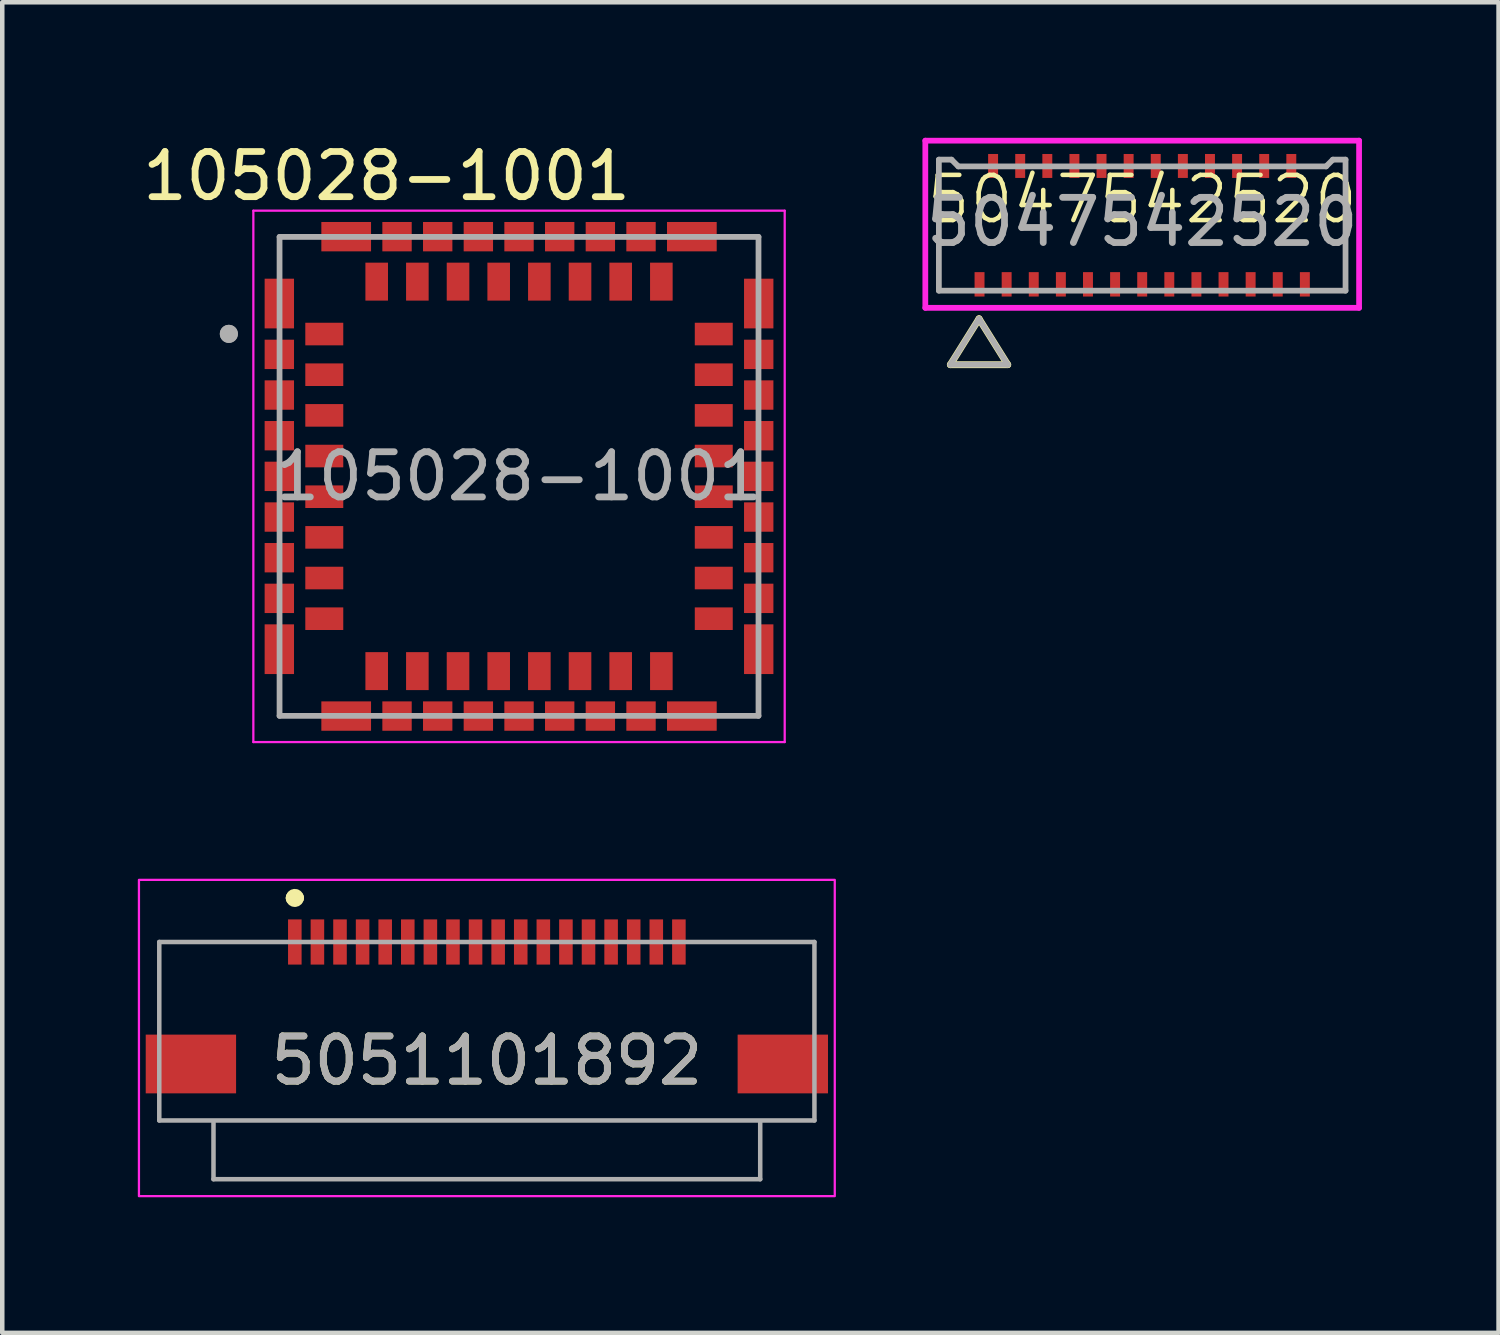
<source format=kicad_pcb>
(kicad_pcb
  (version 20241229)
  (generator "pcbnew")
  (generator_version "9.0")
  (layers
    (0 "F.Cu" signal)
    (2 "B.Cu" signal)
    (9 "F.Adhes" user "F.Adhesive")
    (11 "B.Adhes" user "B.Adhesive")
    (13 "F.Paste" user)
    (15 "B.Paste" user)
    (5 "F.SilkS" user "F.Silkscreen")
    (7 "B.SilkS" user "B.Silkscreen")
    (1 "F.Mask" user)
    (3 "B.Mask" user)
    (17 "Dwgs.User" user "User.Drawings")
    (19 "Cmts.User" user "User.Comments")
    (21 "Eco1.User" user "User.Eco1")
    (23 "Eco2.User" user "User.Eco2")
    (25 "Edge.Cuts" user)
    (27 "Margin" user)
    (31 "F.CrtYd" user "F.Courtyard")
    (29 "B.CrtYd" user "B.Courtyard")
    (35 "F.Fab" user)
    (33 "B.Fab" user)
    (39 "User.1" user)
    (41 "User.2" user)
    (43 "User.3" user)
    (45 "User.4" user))
  (footprint "5051101892"
    (layer "F.Cu")
    (at 7.725 20.423)
    (property "Reference" "5051101892" (at 0 0 0) (layer "F.SilkS") (effects (font (size 1 1) (thickness 0.15))))
    (attr smd)
    (fp_line (start -4.3 -3.6) (end -4.3 -3.6) (stroke (width 0.3) (type solid)) (layer "F.SilkS"))
    (fp_line (start -4.2 -3.6) (end -4.2 -3.6) (stroke (width 0.3) (type solid)) (layer "F.SilkS"))
    (fp_arc (start -4.3 -3.6) (mid -4.25 -3.65) (end -4.2 -3.6) (stroke (width 0.3) (type solid)) (layer "F.SilkS"))
    (fp_arc (start -4.2 -3.6) (mid -4.25 -3.55) (end -4.3 -3.6) (stroke (width 0.3) (type solid)) (layer "F.SilkS"))
    (fp_rect (start -7.7 -4) (end 7.7 3) (stroke (width 0.05) (type solid)) (fill no) (layer "F.CrtYd"))
    (fp_line (start -7.25 -2.625) (end 7.25 -2.625) (stroke (width 0.1) (type solid)) (layer "F.Fab"))
    (fp_line (start -7.25 1.325) (end -7.25 -2.625) (stroke (width 0.1) (type solid)) (layer "F.Fab"))
    (fp_line (start -6.05 1.375) (end -6.05 2.625) (stroke (width 0.1) (type solid)) (layer "F.Fab"))
    (fp_line (start -6.05 2.625) (end 6.05 2.625) (stroke (width 0.1) (type solid)) (layer "F.Fab"))
    (fp_line (start 6.05 2.625) (end 6.05 1.375) (stroke (width 0.1) (type solid)) (layer "F.Fab"))
    (fp_line (start 7.25 -2.625) (end 7.25 1.325) (stroke (width 0.1) (type solid)) (layer "F.Fab"))
    (fp_line (start 7.25 1.325) (end -7.25 1.325) (stroke (width 0.1) (type solid)) (layer "F.Fab"))
    (fp_text user "${REFERENCE}" (at 0 0 0) (layer "F.Fab") (effects (font (size 1 1) (thickness 0.15))))
    (pad "1" smd rect (at -4.25 -2.625) (size 0.3 1) (layers "F.Cu" "F.Mask" "F.Paste"))
    (pad "2" smd rect (at -3.75 -2.625) (size 0.3 1) (layers "F.Cu" "F.Mask" "F.Paste"))
    (pad "3" smd rect (at -3.25 -2.625) (size 0.3 1) (layers "F.Cu" "F.Mask" "F.Paste"))
    (pad "4" smd rect (at -2.75 -2.625) (size 0.3 1) (layers "F.Cu" "F.Mask" "F.Paste"))
    (pad "5" smd rect (at -2.25 -2.625) (size 0.3 1) (layers "F.Cu" "F.Mask" "F.Paste"))
    (pad "6" smd rect (at -1.75 -2.625) (size 0.3 1) (layers "F.Cu" "F.Mask" "F.Paste"))
    (pad "7" smd rect (at -1.25 -2.625) (size 0.3 1) (layers "F.Cu" "F.Mask" "F.Paste"))
    (pad "8" smd rect (at -0.75 -2.625) (size 0.3 1) (layers "F.Cu" "F.Mask" "F.Paste"))
    (pad "9" smd rect (at -0.25 -2.625) (size 0.3 1) (layers "F.Cu" "F.Mask" "F.Paste"))
    (pad "10" smd rect (at 0.25 -2.625) (size 0.3 1) (layers "F.Cu" "F.Mask" "F.Paste"))
    (pad "11" smd rect (at 0.75 -2.625) (size 0.3 1) (layers "F.Cu" "F.Mask" "F.Paste"))
    (pad "12" smd rect (at 1.25 -2.625) (size 0.3 1) (layers "F.Cu" "F.Mask" "F.Paste"))
    (pad "13" smd rect (at 1.75 -2.625) (size 0.3 1) (layers "F.Cu" "F.Mask" "F.Paste"))
    (pad "14" smd rect (at 2.25 -2.625) (size 0.3 1) (layers "F.Cu" "F.Mask" "F.Paste"))
    (pad "15" smd rect (at 2.75 -2.625) (size 0.3 1) (layers "F.Cu" "F.Mask" "F.Paste"))
    (pad "16" smd rect (at 3.25 -2.625) (size 0.3 1) (layers "F.Cu" "F.Mask" "F.Paste"))
    (pad "17" smd rect (at 3.75 -2.625) (size 0.3 1) (layers "F.Cu" "F.Mask" "F.Paste"))
    (pad "18" smd rect (at 4.25 -2.625) (size 0.3 1) (layers "F.Cu" "F.Mask" "F.Paste"))
    (pad "MP" smd rect (at -6.55 0.075 90) (size 1.3 2) (layers "F.Cu" "F.Mask" "F.Paste"))
    (pad "MP" smd rect (at 6.55 0.075 90) (size 1.3 2) (layers "F.Cu" "F.Mask" "F.Paste")))
  (footprint "5047542520"
    (layer "F.Cu")
    (at 22.229 1.863)
    (property "Reference" "5047542520" (at 0 -0.5 0) (unlocked yes) (layer "F.SilkS") (effects (font (size 1 1) (thickness 0.1))))
    (attr smd)
    (fp_line (start -4.246 3.158) (end -3.611 2.142) (stroke (width 0.152) (type solid)) (layer "F.SilkS"))
    (fp_line (start -2.976 3.158) (end -4.246 3.158) (stroke (width 0.152) (type solid)) (layer "F.SilkS"))
    (fp_line (start -2.976 3.158) (end -3.611 2.142) (stroke (width 0.152) (type solid)) (layer "F.SilkS"))
    (fp_line (start -4.8 -1.8) (end -4.8 1.9) (stroke (width 0.127) (type solid)) (layer "F.CrtYd"))
    (fp_line (start -4.8 1.9) (end 4.8 1.9) (stroke (width 0.127) (type solid)) (layer "F.CrtYd"))
    (fp_line (start 4.8 -1.8) (end -4.8 -1.8) (stroke (width 0.127) (type solid)) (layer "F.CrtYd"))
    (fp_line (start 4.8 1.9) (end 4.8 -1.8) (stroke (width 0.127) (type solid)) (layer "F.CrtYd"))
    (fp_line (start -4.5 -1.38) (end -4.22 -1.38) (stroke (width 0.127) (type solid)) (layer "F.Fab"))
    (fp_line (start -4.5 1.52) (end -4.5 -1.38) (stroke (width 0.127) (type solid)) (layer "F.Fab"))
    (fp_line (start -4.5 1.52) (end 4.5 1.52) (stroke (width 0.127) (type solid)) (layer "F.Fab"))
    (fp_line (start -4.246 3.158) (end -3.611 2.142) (stroke (width 0.127) (type solid)) (layer "F.Fab"))
    (fp_line (start -4.22 -1.38) (end -4.07 -1.23) (stroke (width 0.127) (type solid)) (layer "F.Fab"))
    (fp_line (start -4.07 -1.23) (end 4.07 -1.23) (stroke (width 0.127) (type solid)) (layer "F.Fab"))
    (fp_line (start -2.976 3.158) (end -4.246 3.158) (stroke (width 0.127) (type solid)) (layer "F.Fab"))
    (fp_line (start -2.976 3.158) (end -3.611 2.142) (stroke (width 0.127) (type solid)) (layer "F.Fab"))
    (fp_line (start 4.07 -1.23) (end 4.22 -1.38) (stroke (width 0.127) (type solid)) (layer "F.Fab"))
    (fp_line (start 4.22 -1.38) (end 4.5 -1.38) (stroke (width 0.127) (type solid)) (layer "F.Fab"))
    (fp_line (start 4.5 -1.38) (end 4.5 1.52) (stroke (width 0.127) (type solid)) (layer "F.Fab"))
    (fp_text user "${REFERENCE}" (at 0 0 0) (unlocked yes) (layer "F.Fab") (effects (font (size 1 1) (thickness 0.15))))
    (pad "1" smd rect (at -3.6 1.38) (size 0.22 0.54) (layers "F.Cu" "F.Mask" "F.Paste"))
    (pad "2" smd rect (at -3.3 -1.24) (size 0.22 0.53) (layers "F.Cu" "F.Mask" "F.Paste"))
    (pad "3" smd rect (at -3 1.38) (size 0.22 0.54) (layers "F.Cu" "F.Mask" "F.Paste"))
    (pad "4" smd rect (at -2.7 -1.24) (size 0.22 0.53) (layers "F.Cu" "F.Mask" "F.Paste"))
    (pad "5" smd rect (at -2.4 1.38) (size 0.22 0.54) (layers "F.Cu" "F.Mask" "F.Paste"))
    (pad "6" smd rect (at -2.1 -1.24) (size 0.22 0.53) (layers "F.Cu" "F.Mask" "F.Paste"))
    (pad "7" smd rect (at -1.8 1.38) (size 0.22 0.54) (layers "F.Cu" "F.Mask" "F.Paste"))
    (pad "8" smd rect (at -1.5 -1.24) (size 0.22 0.53) (layers "F.Cu" "F.Mask" "F.Paste"))
    (pad "9" smd rect (at -1.2 1.38) (size 0.22 0.54) (layers "F.Cu" "F.Mask" "F.Paste"))
    (pad "10" smd rect (at -0.9 -1.24) (size 0.22 0.53) (layers "F.Cu" "F.Mask" "F.Paste"))
    (pad "11" smd rect (at -0.6 1.38) (size 0.22 0.54) (layers "F.Cu" "F.Mask" "F.Paste"))
    (pad "12" smd rect (at -0.3 -1.24) (size 0.22 0.53) (layers "F.Cu" "F.Mask" "F.Paste"))
    (pad "13" smd rect (at 0 1.38) (size 0.22 0.54) (layers "F.Cu" "F.Mask" "F.Paste"))
    (pad "14" smd rect (at 0.3 -1.24) (size 0.22 0.53) (layers "F.Cu" "F.Mask" "F.Paste"))
    (pad "15" smd rect (at 0.6 1.38) (size 0.22 0.54) (layers "F.Cu" "F.Mask" "F.Paste"))
    (pad "16" smd rect (at 0.9 -1.24) (size 0.22 0.53) (layers "F.Cu" "F.Mask" "F.Paste"))
    (pad "17" smd rect (at 1.2 1.38) (size 0.22 0.54) (layers "F.Cu" "F.Mask" "F.Paste"))
    (pad "18" smd rect (at 1.5 -1.24) (size 0.22 0.53) (layers "F.Cu" "F.Mask" "F.Paste"))
    (pad "19" smd rect (at 1.8 1.38) (size 0.22 0.54) (layers "F.Cu" "F.Mask" "F.Paste"))
    (pad "20" smd rect (at 2.1 -1.24) (size 0.22 0.53) (layers "F.Cu" "F.Mask" "F.Paste"))
    (pad "21" smd rect (at 2.4 1.38) (size 0.22 0.54) (layers "F.Cu" "F.Mask" "F.Paste"))
    (pad "22" smd rect (at 2.7 -1.24) (size 0.22 0.53) (layers "F.Cu" "F.Mask" "F.Paste"))
    (pad "23" smd rect (at 3 1.38) (size 0.22 0.54) (layers "F.Cu" "F.Mask" "F.Paste"))
    (pad "24" smd rect (at 3.3 -1.24) (size 0.22 0.53) (layers "F.Cu" "F.Mask" "F.Paste"))
    (pad "25" smd rect (at 3.6 1.38) (size 0.22 0.54) (layers "F.Cu" "F.Mask" "F.Paste")))
  (footprint "105028-1001"
    (layer "F.Cu")
    (at 8.437 7.493)
    (property "Reference" "105028-1001" (at -2.931 -6.645 0) (layer "F.SilkS") (effects (font (size 1 1) (thickness 0.15))))
    (attr smd)
    (fp_line (start -5.88 -5.88) (end -5.88 5.88) (stroke (width 0.05) (type solid)) (layer "F.CrtYd"))
    (fp_line (start -5.88 5.88) (end 5.88 5.88) (stroke (width 0.05) (type solid)) (layer "F.CrtYd"))
    (fp_line (start 5.88 -5.88) (end -5.88 -5.88) (stroke (width 0.05) (type solid)) (layer "F.CrtYd"))
    (fp_line (start 5.88 5.88) (end 5.88 -5.88) (stroke (width 0.05) (type solid)) (layer "F.CrtYd"))
    (fp_line (start -5.3 -5.3) (end 5.3 -5.3) (stroke (width 0.127) (type solid)) (layer "F.Fab"))
    (fp_line (start -5.3 5.3) (end -5.3 -5.3) (stroke (width 0.127) (type solid)) (layer "F.Fab"))
    (fp_line (start 5.3 -5.3) (end 5.3 5.3) (stroke (width 0.127) (type solid)) (layer "F.Fab"))
    (fp_line (start 5.3 5.3) (end -5.3 5.3) (stroke (width 0.127) (type solid)) (layer "F.Fab"))
    (fp_circle (center -6.422 -3.154) (end -6.322 -3.154) (stroke (width 0.2) (type solid)) (fill no) (layer "F.Fab"))
    (fp_circle (center -6.422 -3.154) (end -6.322 -3.154) (stroke (width 0.2) (type solid)) (fill no) (layer "F.Fab"))
    (fp_text user "${REFERENCE}" (at 0 0 0) (layer "F.Fab") (effects (font (size 1 1) (thickness 0.15))))
    (pad "1" smd rect (at -4.31 -3.15 90) (size 0.5 0.84) (layers "F.Cu" "F.Mask" "F.Paste"))
    (pad "2" smd rect (at -4.31 -2.25 90) (size 0.5 0.84) (layers "F.Cu" "F.Mask" "F.Paste"))
    (pad "3" smd rect (at -4.31 -1.35 90) (size 0.5 0.84) (layers "F.Cu" "F.Mask" "F.Paste"))
    (pad "4" smd rect (at -4.31 -0.45 90) (size 0.5 0.84) (layers "F.Cu" "F.Mask" "F.Paste"))
    (pad "5" smd rect (at -4.31 0.45 90) (size 0.5 0.84) (layers "F.Cu" "F.Mask" "F.Paste"))
    (pad "6" smd rect (at -4.31 1.35 90) (size 0.5 0.84) (layers "F.Cu" "F.Mask" "F.Paste"))
    (pad "7" smd rect (at -4.31 2.25 90) (size 0.5 0.84) (layers "F.Cu" "F.Mask" "F.Paste"))
    (pad "8" smd rect (at -4.31 3.15 90) (size 0.5 0.84) (layers "F.Cu" "F.Mask" "F.Paste"))
    (pad "9" smd rect (at -3.15 4.31 180) (size 0.5 0.84) (layers "F.Cu" "F.Mask" "F.Paste"))
    (pad "10" smd rect (at -2.25 4.31 180) (size 0.5 0.84) (layers "F.Cu" "F.Mask" "F.Paste"))
    (pad "11" smd rect (at -1.35 4.31 180) (size 0.5 0.84) (layers "F.Cu" "F.Mask" "F.Paste"))
    (pad "12" smd rect (at -0.45 4.31 180) (size 0.5 0.84) (layers "F.Cu" "F.Mask" "F.Paste"))
    (pad "13" smd rect (at 0.45 4.31 180) (size 0.5 0.84) (layers "F.Cu" "F.Mask" "F.Paste"))
    (pad "14" smd rect (at 1.35 4.31 180) (size 0.5 0.84) (layers "F.Cu" "F.Mask" "F.Paste"))
    (pad "15" smd rect (at 2.25 4.31 180) (size 0.5 0.84) (layers "F.Cu" "F.Mask" "F.Paste"))
    (pad "16" smd rect (at 3.15 4.31 180) (size 0.5 0.84) (layers "F.Cu" "F.Mask" "F.Paste"))
    (pad "17" smd rect (at 4.31 3.15 270) (size 0.5 0.84) (layers "F.Cu" "F.Mask" "F.Paste"))
    (pad "18" smd rect (at 4.31 2.25 270) (size 0.5 0.84) (layers "F.Cu" "F.Mask" "F.Paste"))
    (pad "19" smd rect (at 4.31 1.35 270) (size 0.5 0.84) (layers "F.Cu" "F.Mask" "F.Paste"))
    (pad "20" smd rect (at 4.31 0.45 270) (size 0.5 0.84) (layers "F.Cu" "F.Mask" "F.Paste"))
    (pad "21" smd rect (at 4.31 -0.45 270) (size 0.5 0.84) (layers "F.Cu" "F.Mask" "F.Paste"))
    (pad "22" smd rect (at 4.31 -1.35 270) (size 0.5 0.84) (layers "F.Cu" "F.Mask" "F.Paste"))
    (pad "23" smd rect (at 4.31 -2.25 270) (size 0.5 0.84) (layers "F.Cu" "F.Mask" "F.Paste"))
    (pad "24" smd rect (at 4.31 -3.15 270) (size 0.5 0.84) (layers "F.Cu" "F.Mask" "F.Paste"))
    (pad "25" smd rect (at 3.15 -4.31) (size 0.5 0.84) (layers "F.Cu" "F.Mask" "F.Paste"))
    (pad "26" smd rect (at 2.25 -4.31) (size 0.5 0.84) (layers "F.Cu" "F.Mask" "F.Paste"))
    (pad "27" smd rect (at 1.35 -4.31) (size 0.5 0.84) (layers "F.Cu" "F.Mask" "F.Paste"))
    (pad "28" smd rect (at 0.45 -4.31) (size 0.5 0.84) (layers "F.Cu" "F.Mask" "F.Paste"))
    (pad "29" smd rect (at -0.45 -4.31) (size 0.5 0.84) (layers "F.Cu" "F.Mask" "F.Paste"))
    (pad "30" smd rect (at -1.35 -4.31) (size 0.5 0.84) (layers "F.Cu" "F.Mask" "F.Paste"))
    (pad "31" smd rect (at -2.25 -4.31) (size 0.5 0.84) (layers "F.Cu" "F.Mask" "F.Paste"))
    (pad "32" smd rect (at -3.15 -4.31) (size 0.5 0.84) (layers "F.Cu" "F.Mask" "F.Paste"))
    (pad "P1" smd rect (at -5.305 -3.825 90) (size 1.1 0.65) (layers "F.Cu" "F.Mask" "F.Paste"))
    (pad "P2" smd rect (at -5.305 -2.7 90) (size 0.65 0.65) (layers "F.Cu" "F.Mask" "F.Paste"))
    (pad "P3" smd rect (at -5.305 -1.8 90) (size 0.65 0.65) (layers "F.Cu" "F.Mask" "F.Paste"))
    (pad "P4" smd rect (at -5.305 -0.9 90) (size 0.65 0.65) (layers "F.Cu" "F.Mask" "F.Paste"))
    (pad "P5" smd rect (at -5.305 0 90) (size 0.65 0.65) (layers "F.Cu" "F.Mask" "F.Paste"))
    (pad "P6" smd rect (at -5.305 0.9 90) (size 0.65 0.65) (layers "F.Cu" "F.Mask" "F.Paste"))
    (pad "P7" smd rect (at -5.305 1.8 90) (size 0.65 0.65) (layers "F.Cu" "F.Mask" "F.Paste"))
    (pad "P8" smd rect (at -5.305 2.7 90) (size 0.65 0.65) (layers "F.Cu" "F.Mask" "F.Paste"))
    (pad "P9" smd rect (at -5.305 3.825 270) (size 1.1 0.65) (layers "F.Cu" "F.Mask" "F.Paste"))
    (pad "P10" smd rect (at -3.825 5.305 180) (size 1.1 0.65) (layers "F.Cu" "F.Mask" "F.Paste"))
    (pad "P11" smd rect (at -2.7 5.305 180) (size 0.65 0.65) (layers "F.Cu" "F.Mask" "F.Paste"))
    (pad "P12" smd rect (at -1.8 5.305 180) (size 0.65 0.65) (layers "F.Cu" "F.Mask" "F.Paste"))
    (pad "P13" smd rect (at -0.9 5.305 180) (size 0.65 0.65) (layers "F.Cu" "F.Mask" "F.Paste"))
    (pad "P14" smd rect (at 0 5.305 180) (size 0.65 0.65) (layers "F.Cu" "F.Mask" "F.Paste"))
    (pad "P15" smd rect (at 0.9 5.305 180) (size 0.65 0.65) (layers "F.Cu" "F.Mask" "F.Paste"))
    (pad "P16" smd rect (at 1.8 5.305 180) (size 0.65 0.65) (layers "F.Cu" "F.Mask" "F.Paste"))
    (pad "P17" smd rect (at 2.7 5.305 180) (size 0.65 0.65) (layers "F.Cu" "F.Mask" "F.Paste"))
    (pad "P18" smd rect (at 3.825 5.305) (size 1.1 0.65) (layers "F.Cu" "F.Mask" "F.Paste"))
    (pad "P19" smd rect (at 5.305 3.825 270) (size 1.1 0.65) (layers "F.Cu" "F.Mask" "F.Paste"))
    (pad "P20" smd rect (at 5.305 2.7 270) (size 0.65 0.65) (layers "F.Cu" "F.Mask" "F.Paste"))
    (pad "P21" smd rect (at 5.305 1.8 270) (size 0.65 0.65) (layers "F.Cu" "F.Mask" "F.Paste"))
    (pad "P22" smd rect (at 5.305 0.9 270) (size 0.65 0.65) (layers "F.Cu" "F.Mask" "F.Paste"))
    (pad "P23" smd rect (at 5.305 0 270) (size 0.65 0.65) (layers "F.Cu" "F.Mask" "F.Paste"))
    (pad "P24" smd rect (at 5.305 -0.9 270) (size 0.65 0.65) (layers "F.Cu" "F.Mask" "F.Paste"))
    (pad "P25" smd rect (at 5.305 -1.8 270) (size 0.65 0.65) (layers "F.Cu" "F.Mask" "F.Paste"))
    (pad "P26" smd rect (at 5.305 -2.7 270) (size 0.65 0.65) (layers "F.Cu" "F.Mask" "F.Paste"))
    (pad "P27" smd rect (at 5.305 -3.825 90) (size 1.1 0.65) (layers "F.Cu" "F.Mask" "F.Paste"))
    (pad "P28" smd rect (at 3.825 -5.305) (size 1.1 0.65) (layers "F.Cu" "F.Mask" "F.Paste"))
    (pad "P29" smd rect (at 2.7 -5.305) (size 0.65 0.65) (layers "F.Cu" "F.Mask" "F.Paste"))
    (pad "P30" smd rect (at 1.8 -5.305) (size 0.65 0.65) (layers "F.Cu" "F.Mask" "F.Paste"))
    (pad "P31" smd rect (at 0.9 -5.305) (size 0.65 0.65) (layers "F.Cu" "F.Mask" "F.Paste"))
    (pad "P32" smd rect (at 0 -5.305) (size 0.65 0.65) (layers "F.Cu" "F.Mask" "F.Paste"))
    (pad "P33" smd rect (at -0.9 -5.305) (size 0.65 0.65) (layers "F.Cu" "F.Mask" "F.Paste"))
    (pad "P34" smd rect (at -1.8 -5.305) (size 0.65 0.65) (layers "F.Cu" "F.Mask" "F.Paste"))
    (pad "P35" smd rect (at -2.7 -5.305) (size 0.65 0.65) (layers "F.Cu" "F.Mask" "F.Paste"))
    (pad "P36" smd rect (at -3.825 -5.305 180) (size 1.1 0.65) (layers "F.Cu" "F.Mask" "F.Paste")))
  (gr_rect
    (start -3 -3)
    (end 30.116 26.448)
    (stroke (width 0.1) (type default))
    (fill no)
    (layer "Edge.Cuts")))
</source>
